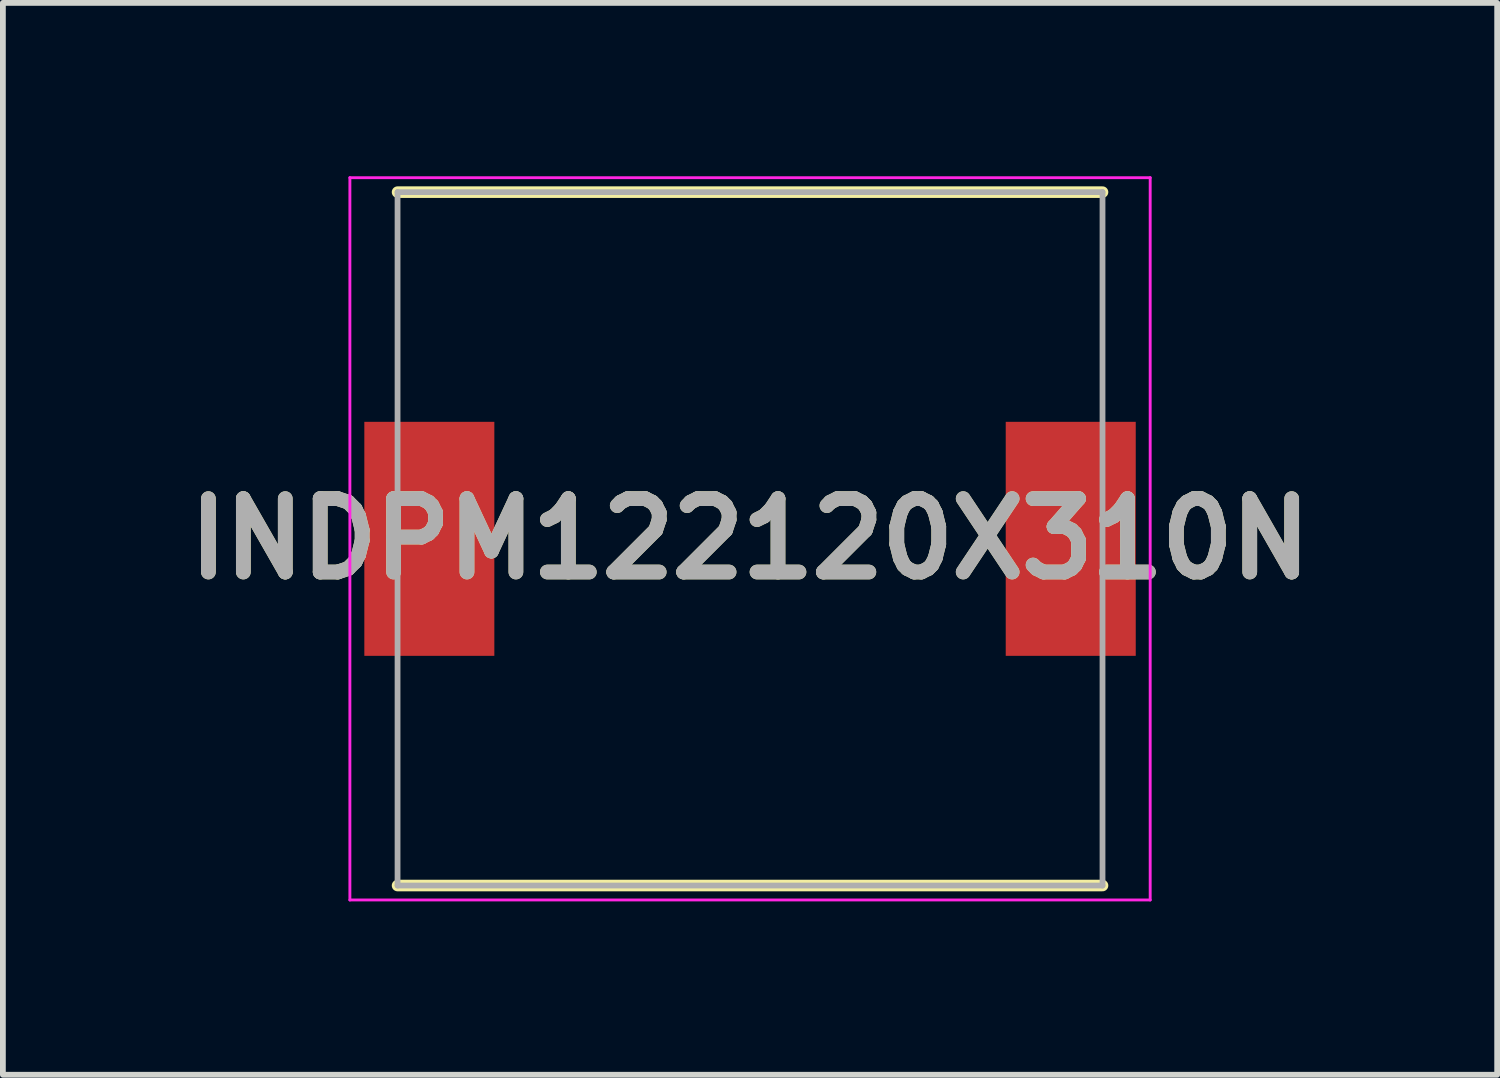
<source format=kicad_pcb>
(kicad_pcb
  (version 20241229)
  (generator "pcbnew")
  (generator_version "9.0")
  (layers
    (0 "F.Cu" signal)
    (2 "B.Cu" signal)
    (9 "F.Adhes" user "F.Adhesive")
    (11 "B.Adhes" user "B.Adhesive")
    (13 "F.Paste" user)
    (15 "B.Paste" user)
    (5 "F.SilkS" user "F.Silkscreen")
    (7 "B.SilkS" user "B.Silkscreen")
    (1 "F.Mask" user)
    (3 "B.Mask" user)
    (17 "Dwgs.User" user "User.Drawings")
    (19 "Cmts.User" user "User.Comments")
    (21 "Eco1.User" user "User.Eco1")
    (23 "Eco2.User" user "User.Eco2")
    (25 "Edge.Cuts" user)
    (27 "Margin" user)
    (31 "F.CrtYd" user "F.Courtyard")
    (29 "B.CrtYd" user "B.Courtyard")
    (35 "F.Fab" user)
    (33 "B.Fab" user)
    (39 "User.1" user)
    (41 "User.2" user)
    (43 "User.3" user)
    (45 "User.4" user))
  (footprint "INDPM122120X310N"
    (layer "F.Cu")
    (at 9.93 6.275)
    (property "Reference" "INDPM122120X310N" (at 0 0 0) (layer "F.SilkS") (effects (font (size 1.27 1.27) (thickness 0.254))))
    (attr smd)
    (fp_line (start -6.1 6) (end 6.1 6) (stroke (width 0.2) (type solid)) (layer "F.SilkS"))
    (fp_line (start 6.1 -6) (end -6.1 -6) (stroke (width 0.2) (type solid)) (layer "F.SilkS"))
    (fp_line (start -6.925 -6.25) (end 6.925 -6.25) (stroke (width 0.05) (type solid)) (layer "F.CrtYd"))
    (fp_line (start -6.925 6.25) (end -6.925 -6.25) (stroke (width 0.05) (type solid)) (layer "F.CrtYd"))
    (fp_line (start 6.925 -6.25) (end 6.925 6.25) (stroke (width 0.05) (type solid)) (layer "F.CrtYd"))
    (fp_line (start 6.925 6.25) (end -6.925 6.25) (stroke (width 0.05) (type solid)) (layer "F.CrtYd"))
    (fp_line (start -6.1 -6) (end 6.1 -6) (stroke (width 0.1) (type solid)) (layer "F.Fab"))
    (fp_line (start -6.1 6) (end -6.1 -6) (stroke (width 0.1) (type solid)) (layer "F.Fab"))
    (fp_line (start 6.1 -6) (end 6.1 6) (stroke (width 0.1) (type solid)) (layer "F.Fab"))
    (fp_line (start 6.1 6) (end -6.1 6) (stroke (width 0.1) (type solid)) (layer "F.Fab"))
    (fp_text user "${REFERENCE}" (at 0 0 0) (layer "F.Fab") (effects (font (size 1.27 1.27) (thickness 0.254))))
    (pad "1" smd rect (at -5.55 0) (size 2.25 4.05) (layers "F.Cu" "F.Mask" "F.Paste"))
    (pad "2" smd rect (at 5.55 0) (size 2.25 4.05) (layers "F.Cu" "F.Mask" "F.Paste")))
  (gr_rect
    (start -3 -3)
    (end 22.86 15.55)
    (stroke (width 0.1) (type default))
    (fill no)
    (layer "Edge.Cuts")))
</source>
